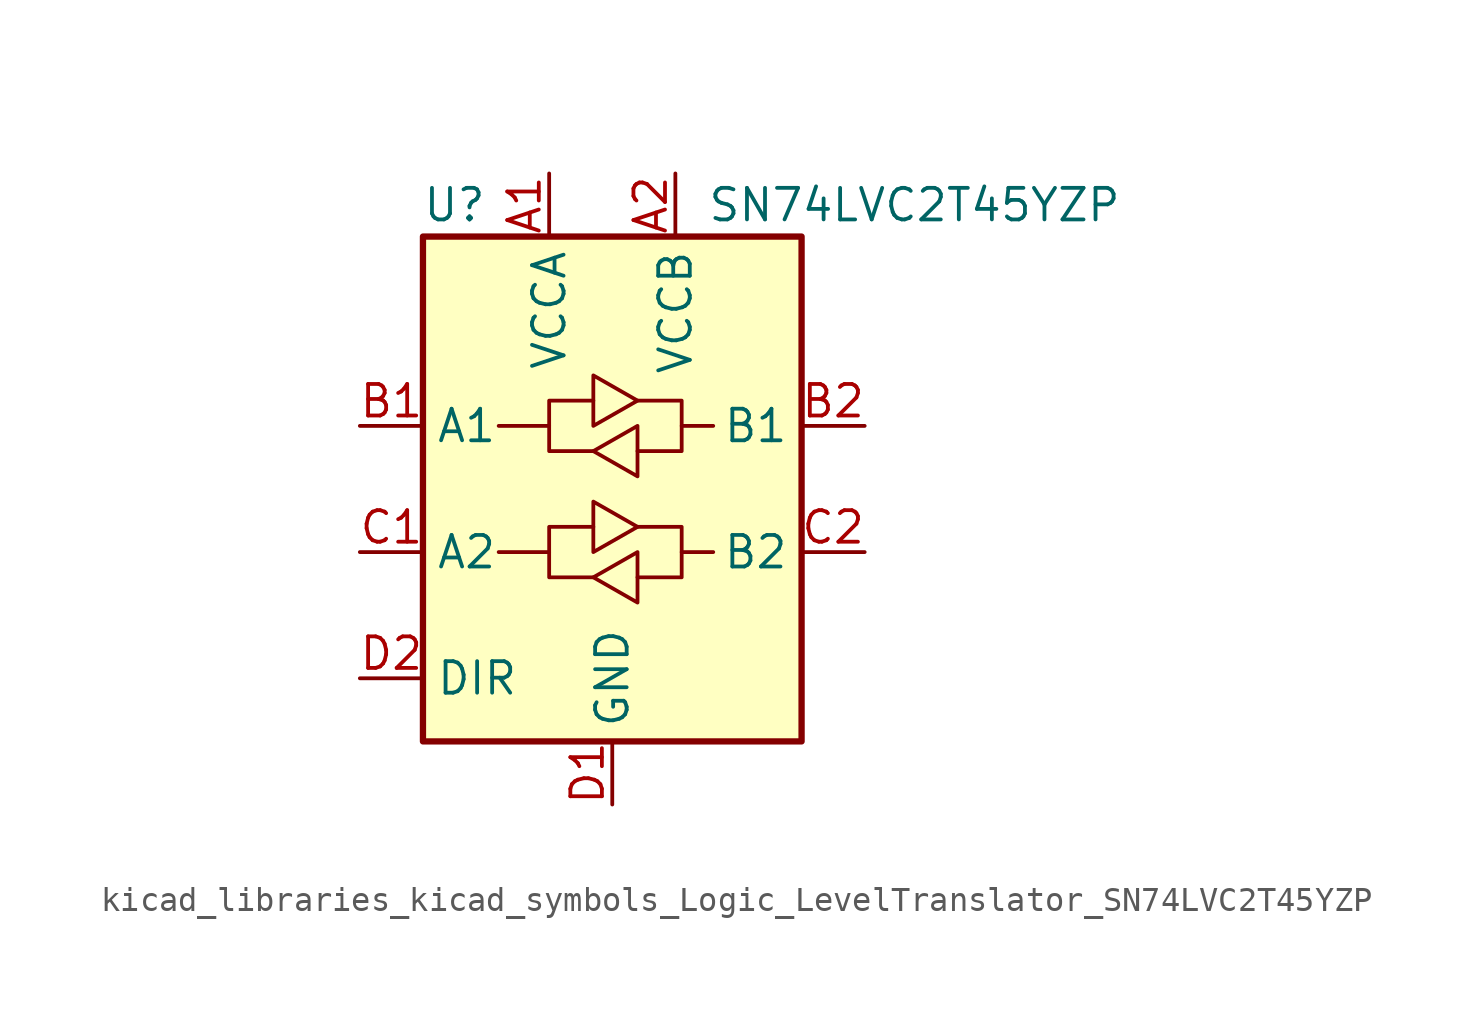
<source format=kicad_sym>
(kicad_symbol_lib
  (version 20220914)
  (generator kicad_symbol_editor)
  (symbol "kicad_libraries_kicad_symbols_Logic_LevelTranslator_SN74LVC2T45YZP"
    (property "Reference" "U"
      (at -6.35 11.43 0)
      (effects (font (size 1.27 1.27))))
    (property "Value" "SN74LVC2T45YZP"
      (at 3.81 11.43 0)
      (effects (font (size 1.27 1.27)) (justify left)))
    (symbol "kicad_libraries_kicad_symbols_Logic_LevelTranslator_SN74LVC2T45YZP_0_1"
      (rectangle (start -7.62 10.16) (end 7.62 -10.16) (stroke (width 0.254) (type default)) (fill (type background)))
      (polyline (pts (xy -2.54 2.54) (xy -2.54 3.556) (xy -0.762 3.556)) (stroke (width 0) (type default)) (fill (type none)))
      (polyline (pts (xy 2.794 2.54) (xy 2.794 1.524) (xy 1.016 1.524)) (stroke (width 0) (type default)) (fill (type none)))
      (polyline (pts (xy -0.762 1.524) (xy -2.54 1.524) (xy -2.54 2.54) (xy -4.572 2.54)) (stroke (width 0) (type default)) (fill (type none)))
      (polyline (pts (xy -0.762 2.54) (xy -0.762 4.572) (xy 1.016 3.556) (xy -0.762 2.54)) (stroke (width 0) (type default)) (fill (type none)))
      (polyline (pts (xy 1.016 3.556) (xy 2.794 3.556) (xy 2.794 2.54) (xy 4.064 2.54)) (stroke (width 0) (type default)) (fill (type none)))
      (polyline (pts (xy 1.016 2.54) (xy 1.016 0.762) (xy 1.016 0.508) (xy -0.762 1.524) (xy 1.016 2.54)) (stroke (width 0) (type default)) (fill (type none))))
    (symbol "kicad_libraries_kicad_symbols_Logic_LevelTranslator_SN74LVC2T45YZP_1_1"
      (polyline (pts (xy -2.54 -2.54) (xy -2.54 -1.524) (xy -0.762 -1.524)) (stroke (width 0) (type default)) (fill (type none)))
      (polyline (pts (xy 2.794 -2.54) (xy 2.794 -3.556) (xy 1.016 -3.556)) (stroke (width 0) (type default)) (fill (type none)))
      (polyline (pts (xy -0.762 -3.556) (xy -2.54 -3.556) (xy -2.54 -2.54) (xy -4.572 -2.54)) (stroke (width 0) (type default)) (fill (type none)))
      (polyline (pts (xy -0.762 -2.54) (xy -0.762 -0.508) (xy 1.016 -1.524) (xy -0.762 -2.54)) (stroke (width 0) (type default)) (fill (type none)))
      (polyline (pts (xy 1.016 -1.524) (xy 2.794 -1.524) (xy 2.794 -2.54) (xy 4.064 -2.54)) (stroke (width 0) (type default)) (fill (type none)))
      (polyline (pts (xy 1.016 -2.54) (xy 1.016 -4.318) (xy 1.016 -4.572) (xy -0.762 -3.556) (xy 1.016 -2.54)) (stroke (width 0) (type default)) (fill (type none)))
      (pin power_in line (at -2.54 12.7 270) (length 2.54) (name "VCCA" (effects (font (size 1.27 1.27)))) (number "A1" (effects (font (size 1.27 1.27)))))
      (pin power_in line (at 2.54 12.7 270) (length 2.54) (name "VCCB" (effects (font (size 1.27 1.27)))) (number "A2" (effects (font (size 1.27 1.27)))))
      (pin bidirectional line (at -10.16 2.54 0) (length 2.54) (name "A1" (effects (font (size 1.27 1.27)))) (number "B1" (effects (font (size 1.27 1.27)))))
      (pin bidirectional line (at 10.16 2.54 180) (length 2.54) (name "B1" (effects (font (size 1.27 1.27)))) (number "B2" (effects (font (size 1.27 1.27)))))
      (pin bidirectional line (at -10.16 -2.54 0) (length 2.54) (name "A2" (effects (font (size 1.27 1.27)))) (number "C1" (effects (font (size 1.27 1.27)))))
      (pin bidirectional line (at 10.16 -2.54 180) (length 2.54) (name "B2" (effects (font (size 1.27 1.27)))) (number "C2" (effects (font (size 1.27 1.27)))))
      (pin power_in line (at 0 -12.7 90) (length 2.54) (name "GND" (effects (font (size 1.27 1.27)))) (number "D1" (effects (font (size 1.27 1.27)))))
      (pin input line (at -10.16 -7.62 0) (length 2.54) (name "DIR" (effects (font (size 1.27 1.27)))) (number "D2" (effects (font (size 1.27 1.27))))))))
</source>
